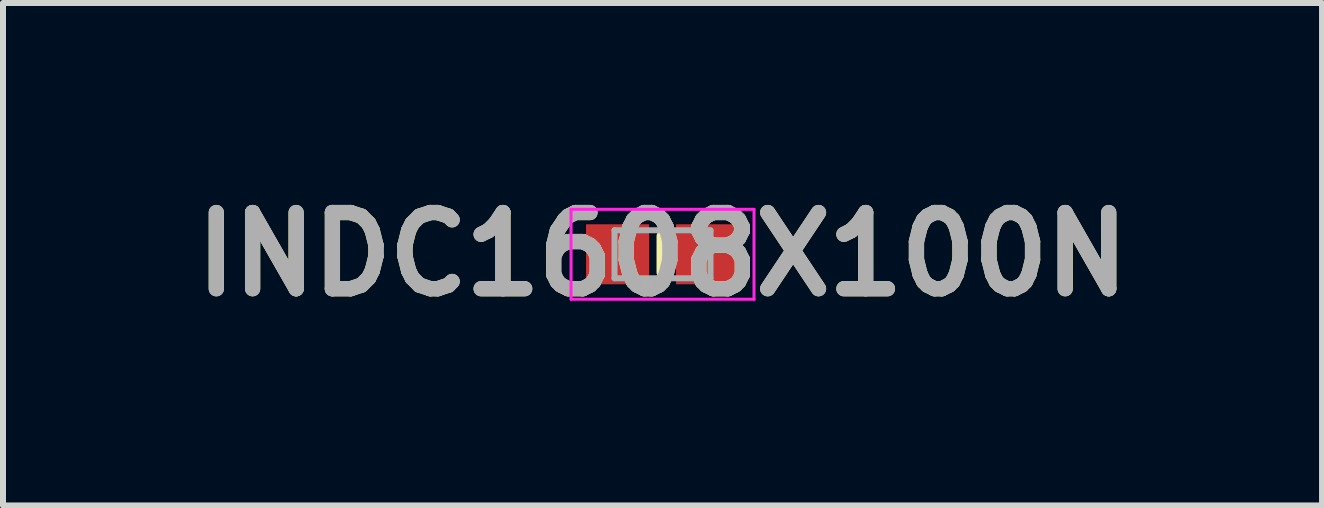
<source format=kicad_pcb>
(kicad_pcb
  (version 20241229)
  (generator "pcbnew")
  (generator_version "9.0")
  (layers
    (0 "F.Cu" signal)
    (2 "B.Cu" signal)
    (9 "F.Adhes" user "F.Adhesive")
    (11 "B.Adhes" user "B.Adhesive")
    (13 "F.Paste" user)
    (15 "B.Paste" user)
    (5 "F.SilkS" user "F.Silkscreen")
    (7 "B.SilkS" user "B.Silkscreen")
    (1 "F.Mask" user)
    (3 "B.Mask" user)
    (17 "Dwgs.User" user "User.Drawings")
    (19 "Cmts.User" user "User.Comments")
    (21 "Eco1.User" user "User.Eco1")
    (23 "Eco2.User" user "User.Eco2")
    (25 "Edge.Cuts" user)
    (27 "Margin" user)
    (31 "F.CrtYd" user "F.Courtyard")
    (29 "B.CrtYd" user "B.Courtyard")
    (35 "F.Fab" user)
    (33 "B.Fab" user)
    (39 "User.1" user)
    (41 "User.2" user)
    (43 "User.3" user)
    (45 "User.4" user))
  (footprint "INDC1608X100N"
    (layer "F.Cu")
    (at 7.995 1.189)
    (property "Reference" "INDC1608X100N" (at 0 0 0) (layer "F.SilkS") (effects (font (size 1.27 1.27) (thickness 0.254))))
    (attr smd)
    (fp_line (start 0 -0.3) (end 0 0.3) (stroke (width 0.2) (type solid)) (layer "F.SilkS"))
    (fp_line (start -1.525 -0.75) (end 1.525 -0.75) (stroke (width 0.05) (type solid)) (layer "F.CrtYd"))
    (fp_line (start -1.525 0.75) (end -1.525 -0.75) (stroke (width 0.05) (type solid)) (layer "F.CrtYd"))
    (fp_line (start 1.525 -0.75) (end 1.525 0.75) (stroke (width 0.05) (type solid)) (layer "F.CrtYd"))
    (fp_line (start 1.525 0.75) (end -1.525 0.75) (stroke (width 0.05) (type solid)) (layer "F.CrtYd"))
    (fp_line (start -0.8 -0.4) (end 0.8 -0.4) (stroke (width 0.1) (type solid)) (layer "F.Fab"))
    (fp_line (start -0.8 0.4) (end -0.8 -0.4) (stroke (width 0.1) (type solid)) (layer "F.Fab"))
    (fp_line (start 0.8 -0.4) (end 0.8 0.4) (stroke (width 0.1) (type solid)) (layer "F.Fab"))
    (fp_line (start 0.8 0.4) (end -0.8 0.4) (stroke (width 0.1) (type solid)) (layer "F.Fab"))
    (fp_text user "${REFERENCE}" (at 0 0 0) (layer "F.Fab") (effects (font (size 1.27 1.27) (thickness 0.254))))
    (pad "1" smd rect (at -0.75 0 90) (size 1 1.05) (layers "F.Cu" "F.Mask" "F.Paste"))
    (pad "2" smd rect (at 0.75 0 90) (size 1 1.05) (layers "F.Cu" "F.Mask" "F.Paste")))
  (gr_rect
    (start -3 -3)
    (end 18.99 5.377)
    (stroke (width 0.1) (type default))
    (fill no)
    (layer "Edge.Cuts")))
</source>
